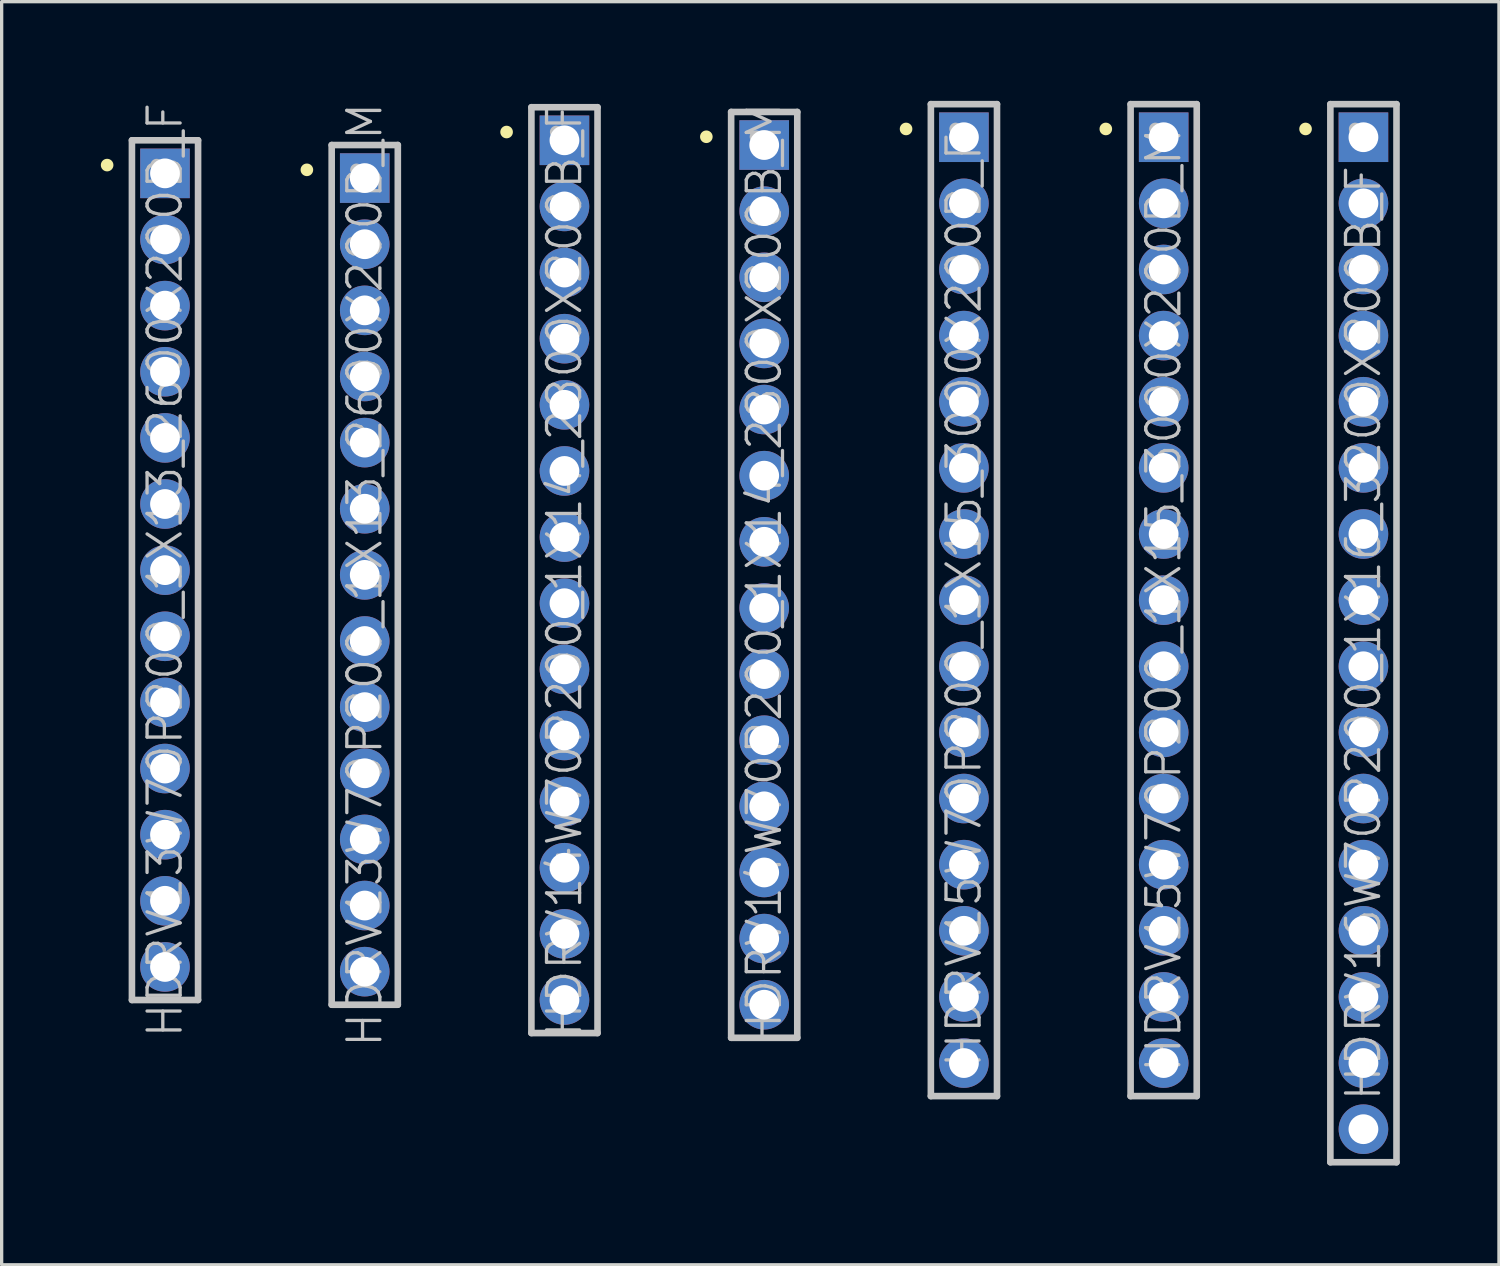
<source format=kicad_pcb>
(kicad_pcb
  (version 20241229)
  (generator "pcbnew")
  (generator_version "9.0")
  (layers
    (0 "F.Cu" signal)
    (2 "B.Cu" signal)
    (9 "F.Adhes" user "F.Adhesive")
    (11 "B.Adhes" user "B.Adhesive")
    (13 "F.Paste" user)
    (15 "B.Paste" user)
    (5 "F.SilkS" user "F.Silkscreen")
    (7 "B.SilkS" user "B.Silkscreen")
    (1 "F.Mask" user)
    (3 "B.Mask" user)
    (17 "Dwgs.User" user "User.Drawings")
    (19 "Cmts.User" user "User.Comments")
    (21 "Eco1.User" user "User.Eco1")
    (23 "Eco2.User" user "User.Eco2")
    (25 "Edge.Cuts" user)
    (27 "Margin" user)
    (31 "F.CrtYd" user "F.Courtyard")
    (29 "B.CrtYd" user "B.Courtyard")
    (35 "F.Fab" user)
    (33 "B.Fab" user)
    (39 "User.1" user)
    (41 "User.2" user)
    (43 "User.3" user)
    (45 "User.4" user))
  (footprint "HDRV16W70P200_1X16_3200X200B_F"
    (layer "F.Cu")
    (at 38.184 16.1)
    (property "Reference" "HDRV16W70P200_1X16_3200X200B_F" (at 0 0 90) (layer "Dwgs.User") (effects (font (size 1 1) (thickness 0.1))))
    (attr through_hole)
    (fp_line (start -1.75 -15.25) (end -1.75 -15.25) (stroke (width 0.381) (type solid)) (layer "F.SilkS"))
    (fp_line (start -1 -16) (end -1 16) (stroke (width 0.2) (type solid)) (layer "Dwgs.User"))
    (fp_line (start -1 -16) (end 1 -16) (stroke (width 0.2) (type solid)) (layer "Dwgs.User"))
    (fp_line (start -1 16) (end 1 16) (stroke (width 0.2) (type solid)) (layer "Dwgs.User"))
    (fp_line (start -0.25 -15.25) (end -0.25 -15.25) (stroke (width 0.381) (type solid)) (layer "Dwgs.User"))
    (fp_line (start 1 -16) (end 1 16) (stroke (width 0.2) (type solid)) (layer "Dwgs.User"))
    (pad "1" thru_hole rect (at 0 -15) (size 1.5 1.5) (drill 0.9) (layers "*.Cu" "*.Mask"))
    (pad "2" thru_hole circle (at 0 -13 270) (size 1.5 1.5) (drill 0.9) (layers "*.Cu" "*.Mask"))
    (pad "3" thru_hole circle (at 0 -11 270) (size 1.5 1.5) (drill 0.9) (layers "*.Cu" "*.Mask"))
    (pad "4" thru_hole circle (at 0 -9 270) (size 1.5 1.5) (drill 0.9) (layers "*.Cu" "*.Mask"))
    (pad "5" thru_hole circle (at 0 -7 270) (size 1.5 1.5) (drill 0.9) (layers "*.Cu" "*.Mask"))
    (pad "6" thru_hole circle (at 0 -5 270) (size 1.5 1.5) (drill 0.9) (layers "*.Cu" "*.Mask"))
    (pad "7" thru_hole circle (at 0 -3 270) (size 1.5 1.5) (drill 0.9) (layers "*.Cu" "*.Mask"))
    (pad "8" thru_hole circle (at 0 -1 270) (size 1.5 1.5) (drill 0.9) (layers "*.Cu" "*.Mask"))
    (pad "9" thru_hole circle (at 0 1 270) (size 1.5 1.5) (drill 0.9) (layers "*.Cu" "*.Mask"))
    (pad "10" thru_hole circle (at 0 3 270) (size 1.5 1.5) (drill 0.9) (layers "*.Cu" "*.Mask"))
    (pad "11" thru_hole circle (at 0 5 270) (size 1.5 1.5) (drill 0.9) (layers "*.Cu" "*.Mask"))
    (pad "12" thru_hole circle (at 0 7 270) (size 1.5 1.5) (drill 0.9) (layers "*.Cu" "*.Mask"))
    (pad "13" thru_hole circle (at 0 9 270) (size 1.5 1.5) (drill 0.9) (layers "*.Cu" "*.Mask"))
    (pad "14" thru_hole circle (at 0 11 270) (size 1.5 1.5) (drill 0.9) (layers "*.Cu" "*.Mask"))
    (pad "15" thru_hole circle (at 0 13 270) (size 1.5 1.5) (drill 0.9) (layers "*.Cu" "*.Mask"))
    (pad "16" thru_hole circle (at 0 15 270) (size 1.5 1.5) (drill 0.9) (layers "*.Cu" "*.Mask")))
  (footprint "HDRV14W70P200_1X14_2800X200B_F"
    (layer "F.Cu")
    (at 14.021 14.193)
    (property "Reference" "HDRV14W70P200_1X14_2800X200B_F" (at 0 0 90) (layer "Dwgs.User") (effects (font (size 1 1) (thickness 0.1))))
    (attr through_hole)
    (fp_line (start -1.75 -13.25) (end -1.75 -13.25) (stroke (width 0.381) (type solid)) (layer "F.SilkS"))
    (fp_line (start -1 -14) (end -1 14) (stroke (width 0.2) (type solid)) (layer "Dwgs.User"))
    (fp_line (start -1 -14) (end 1 -14) (stroke (width 0.2) (type solid)) (layer "Dwgs.User"))
    (fp_line (start -1 14) (end 1 14) (stroke (width 0.2) (type solid)) (layer "Dwgs.User"))
    (fp_line (start -0.25 -13.25) (end -0.25 -13.25) (stroke (width 0.381) (type solid)) (layer "Dwgs.User"))
    (fp_line (start 1 -14) (end 1 14) (stroke (width 0.2) (type solid)) (layer "Dwgs.User"))
    (pad "1" thru_hole rect (at 0 -13) (size 1.5 1.5) (drill 0.9) (layers "*.Cu" "*.Mask"))
    (pad "2" thru_hole circle (at 0 -11 270) (size 1.5 1.5) (drill 0.9) (layers "*.Cu" "*.Mask"))
    (pad "3" thru_hole circle (at 0 -9 270) (size 1.5 1.5) (drill 0.9) (layers "*.Cu" "*.Mask"))
    (pad "4" thru_hole circle (at 0 -7 270) (size 1.5 1.5) (drill 0.9) (layers "*.Cu" "*.Mask"))
    (pad "5" thru_hole circle (at 0 -5 270) (size 1.5 1.5) (drill 0.9) (layers "*.Cu" "*.Mask"))
    (pad "6" thru_hole circle (at 0 -3 270) (size 1.5 1.5) (drill 0.9) (layers "*.Cu" "*.Mask"))
    (pad "7" thru_hole circle (at 0 -1 270) (size 1.5 1.5) (drill 0.9) (layers "*.Cu" "*.Mask"))
    (pad "8" thru_hole circle (at 0 1 270) (size 1.5 1.5) (drill 0.9) (layers "*.Cu" "*.Mask"))
    (pad "9" thru_hole circle (at 0 3 270) (size 1.5 1.5) (drill 0.9) (layers "*.Cu" "*.Mask"))
    (pad "10" thru_hole circle (at 0 5 270) (size 1.5 1.5) (drill 0.9) (layers "*.Cu" "*.Mask"))
    (pad "11" thru_hole circle (at 0 7 270) (size 1.5 1.5) (drill 0.9) (layers "*.Cu" "*.Mask"))
    (pad "12" thru_hole circle (at 0 9 270) (size 1.5 1.5) (drill 0.9) (layers "*.Cu" "*.Mask"))
    (pad "13" thru_hole circle (at 0 11 270) (size 1.5 1.5) (drill 0.9) (layers "*.Cu" "*.Mask"))
    (pad "14" thru_hole circle (at 0 13 270) (size 1.5 1.5) (drill 0.9) (layers "*.Cu" "*.Mask")))
  (footprint "HDRV14W70P200_1X14_2800X200B_M"
    (layer "F.Cu")
    (at 20.062 14.336)
    (property "Reference" "HDRV14W70P200_1X14_2800X200B_M" (at 0 0 90) (layer "Dwgs.User") (effects (font (size 1 1) (thickness 0.1))))
    (attr through_hole)
    (fp_line (start -1.75 -13.25) (end -1.75 -13.25) (stroke (width 0.381) (type solid)) (layer "F.SilkS"))
    (fp_line (start -1 -14) (end -1 14) (stroke (width 0.2) (type solid)) (layer "Dwgs.User"))
    (fp_line (start -1 -14) (end 1 -14) (stroke (width 0.2) (type solid)) (layer "Dwgs.User"))
    (fp_line (start -1 14) (end 1 14) (stroke (width 0.2) (type solid)) (layer "Dwgs.User"))
    (fp_line (start -0.25 -13.25) (end -0.25 -13.25) (stroke (width 0.381) (type solid)) (layer "Dwgs.User"))
    (fp_line (start 1 -14) (end 1 14) (stroke (width 0.2) (type solid)) (layer "Dwgs.User"))
    (pad "1" thru_hole rect (at 0 -13) (size 1.5 1.5) (drill 0.9) (layers "*.Cu" "*.Mask"))
    (pad "2" thru_hole circle (at 0 -11 270) (size 1.5 1.5) (drill 0.9) (layers "*.Cu" "*.Mask"))
    (pad "3" thru_hole circle (at 0 -9 270) (size 1.5 1.5) (drill 0.9) (layers "*.Cu" "*.Mask"))
    (pad "4" thru_hole circle (at 0 -7 270) (size 1.5 1.5) (drill 0.9) (layers "*.Cu" "*.Mask"))
    (pad "5" thru_hole circle (at 0 -5 270) (size 1.5 1.5) (drill 0.9) (layers "*.Cu" "*.Mask"))
    (pad "6" thru_hole circle (at 0 -3 270) (size 1.5 1.5) (drill 0.9) (layers "*.Cu" "*.Mask"))
    (pad "7" thru_hole circle (at 0 -1 270) (size 1.5 1.5) (drill 0.9) (layers "*.Cu" "*.Mask"))
    (pad "8" thru_hole circle (at 0 1 270) (size 1.5 1.5) (drill 0.9) (layers "*.Cu" "*.Mask"))
    (pad "9" thru_hole circle (at 0 3 270) (size 1.5 1.5) (drill 0.9) (layers "*.Cu" "*.Mask"))
    (pad "10" thru_hole circle (at 0 5 270) (size 1.5 1.5) (drill 0.9) (layers "*.Cu" "*.Mask"))
    (pad "11" thru_hole circle (at 0 7 270) (size 1.5 1.5) (drill 0.9) (layers "*.Cu" "*.Mask"))
    (pad "12" thru_hole circle (at 0 9 270) (size 1.5 1.5) (drill 0.9) (layers "*.Cu" "*.Mask"))
    (pad "13" thru_hole circle (at 0 11 270) (size 1.5 1.5) (drill 0.9) (layers "*.Cu" "*.Mask"))
    (pad "14" thru_hole circle (at 0 13 270) (size 1.5 1.5) (drill 0.9) (layers "*.Cu" "*.Mask")))
  (footprint "HDRV15W70P200_1X15_3000X200B_F"
    (layer "F.Cu")
    (at 26.102 15.1)
    (property "Reference" "HDRV15W70P200_1X15_3000X200B_F" (at 0 0 90) (layer "Dwgs.User") (effects (font (size 1 1) (thickness 0.1))))
    (attr through_hole)
    (fp_line (start -1.75 -14.25) (end -1.75 -14.25) (stroke (width 0.381) (type solid)) (layer "F.SilkS"))
    (fp_line (start -1 -15) (end -1 15) (stroke (width 0.2) (type solid)) (layer "Dwgs.User"))
    (fp_line (start -1 -15) (end 1 -15) (stroke (width 0.2) (type solid)) (layer "Dwgs.User"))
    (fp_line (start -1 15) (end 1 15) (stroke (width 0.2) (type solid)) (layer "Dwgs.User"))
    (fp_line (start -0.25 -14.25) (end -0.25 -14.25) (stroke (width 0.381) (type solid)) (layer "Dwgs.User"))
    (fp_line (start 1 -15) (end 1 15) (stroke (width 0.2) (type solid)) (layer "Dwgs.User"))
    (pad "1" thru_hole rect (at 0 -14) (size 1.5 1.5) (drill 0.9) (layers "*.Cu" "*.Mask"))
    (pad "2" thru_hole circle (at 0 -12 270) (size 1.5 1.5) (drill 0.9) (layers "*.Cu" "*.Mask"))
    (pad "3" thru_hole circle (at 0 -10 270) (size 1.5 1.5) (drill 0.9) (layers "*.Cu" "*.Mask"))
    (pad "4" thru_hole circle (at 0 -8 270) (size 1.5 1.5) (drill 0.9) (layers "*.Cu" "*.Mask"))
    (pad "5" thru_hole circle (at 0 -6 270) (size 1.5 1.5) (drill 0.9) (layers "*.Cu" "*.Mask"))
    (pad "6" thru_hole circle (at 0 -4 270) (size 1.5 1.5) (drill 0.9) (layers "*.Cu" "*.Mask"))
    (pad "7" thru_hole circle (at 0 -2 270) (size 1.5 1.5) (drill 0.9) (layers "*.Cu" "*.Mask"))
    (pad "8" thru_hole circle (at 0 0 270) (size 1.5 1.5) (drill 0.9) (layers "*.Cu" "*.Mask"))
    (pad "9" thru_hole circle (at 0 2 270) (size 1.5 1.5) (drill 0.9) (layers "*.Cu" "*.Mask"))
    (pad "10" thru_hole circle (at 0 4 270) (size 1.5 1.5) (drill 0.9) (layers "*.Cu" "*.Mask"))
    (pad "11" thru_hole circle (at 0 6 270) (size 1.5 1.5) (drill 0.9) (layers "*.Cu" "*.Mask"))
    (pad "12" thru_hole circle (at 0 8 270) (size 1.5 1.5) (drill 0.9) (layers "*.Cu" "*.Mask"))
    (pad "13" thru_hole circle (at 0 10 270) (size 1.5 1.5) (drill 0.9) (layers "*.Cu" "*.Mask"))
    (pad "14" thru_hole circle (at 0 12 270) (size 1.5 1.5) (drill 0.9) (layers "*.Cu" "*.Mask"))
    (pad "15" thru_hole circle (at 0 14 270) (size 1.5 1.5) (drill 0.9) (layers "*.Cu" "*.Mask")))
  (footprint "HDRV13W70P200_1X13_2600X200B_F"
    (layer "F.Cu")
    (at 1.94 14.193)
    (property "Reference" "HDRV13W70P200_1X13_2600X200B_F" (at 0 0 90) (layer "Dwgs.User") (effects (font (size 1 1) (thickness 0.1))))
    (attr through_hole)
    (fp_line (start -1.75 -12.25) (end -1.75 -12.25) (stroke (width 0.381) (type solid)) (layer "F.SilkS"))
    (fp_line (start -1 -13) (end -1 13) (stroke (width 0.2) (type solid)) (layer "Dwgs.User"))
    (fp_line (start -1 -13) (end 1 -13) (stroke (width 0.2) (type solid)) (layer "Dwgs.User"))
    (fp_line (start -1 13) (end 1 13) (stroke (width 0.2) (type solid)) (layer "Dwgs.User"))
    (fp_line (start -0.25 -12.25) (end -0.25 -12.25) (stroke (width 0.381) (type solid)) (layer "Dwgs.User"))
    (fp_line (start 1 -13) (end 1 13) (stroke (width 0.2) (type solid)) (layer "Dwgs.User"))
    (pad "1" thru_hole rect (at 0 -12) (size 1.5 1.5) (drill 0.9) (layers "*.Cu" "*.Mask"))
    (pad "2" thru_hole circle (at 0 -10 270) (size 1.5 1.5) (drill 0.9) (layers "*.Cu" "*.Mask"))
    (pad "3" thru_hole circle (at 0 -8 270) (size 1.5 1.5) (drill 0.9) (layers "*.Cu" "*.Mask"))
    (pad "4" thru_hole circle (at 0 -6 270) (size 1.5 1.5) (drill 0.9) (layers "*.Cu" "*.Mask"))
    (pad "5" thru_hole circle (at 0 -4 270) (size 1.5 1.5) (drill 0.9) (layers "*.Cu" "*.Mask"))
    (pad "6" thru_hole circle (at 0 -2 270) (size 1.5 1.5) (drill 0.9) (layers "*.Cu" "*.Mask"))
    (pad "7" thru_hole circle (at 0 0 270) (size 1.5 1.5) (drill 0.9) (layers "*.Cu" "*.Mask"))
    (pad "8" thru_hole circle (at 0 2 270) (size 1.5 1.5) (drill 0.9) (layers "*.Cu" "*.Mask"))
    (pad "9" thru_hole circle (at 0 4 270) (size 1.5 1.5) (drill 0.9) (layers "*.Cu" "*.Mask"))
    (pad "10" thru_hole circle (at 0 6 270) (size 1.5 1.5) (drill 0.9) (layers "*.Cu" "*.Mask"))
    (pad "11" thru_hole circle (at 0 8 270) (size 1.5 1.5) (drill 0.9) (layers "*.Cu" "*.Mask"))
    (pad "12" thru_hole circle (at 0 10 270) (size 1.5 1.5) (drill 0.9) (layers "*.Cu" "*.Mask"))
    (pad "13" thru_hole circle (at 0 12 270) (size 1.5 1.5) (drill 0.9) (layers "*.Cu" "*.Mask")))
  (footprint "HDRV15W70P200_1X15_3000X200B_M"
    (layer "F.Cu")
    (at 32.143 15.1)
    (property "Reference" "HDRV15W70P200_1X15_3000X200B_M" (at 0 0 90) (layer "Dwgs.User") (effects (font (size 1 1) (thickness 0.1))))
    (attr through_hole)
    (fp_line (start -1.75 -14.25) (end -1.75 -14.25) (stroke (width 0.381) (type solid)) (layer "F.SilkS"))
    (fp_line (start -1 -15) (end -1 15) (stroke (width 0.2) (type solid)) (layer "Dwgs.User"))
    (fp_line (start -1 -15) (end 1 -15) (stroke (width 0.2) (type solid)) (layer "Dwgs.User"))
    (fp_line (start -1 15) (end 1 15) (stroke (width 0.2) (type solid)) (layer "Dwgs.User"))
    (fp_line (start -0.25 -14.25) (end -0.25 -14.25) (stroke (width 0.381) (type solid)) (layer "Dwgs.User"))
    (fp_line (start 1 -15) (end 1 15) (stroke (width 0.2) (type solid)) (layer "Dwgs.User"))
    (pad "1" thru_hole rect (at 0 -14) (size 1.5 1.5) (drill 0.9) (layers "*.Cu" "*.Mask"))
    (pad "2" thru_hole circle (at 0 -12 270) (size 1.5 1.5) (drill 0.9) (layers "*.Cu" "*.Mask"))
    (pad "3" thru_hole circle (at 0 -10 270) (size 1.5 1.5) (drill 0.9) (layers "*.Cu" "*.Mask"))
    (pad "4" thru_hole circle (at 0 -8 270) (size 1.5 1.5) (drill 0.9) (layers "*.Cu" "*.Mask"))
    (pad "5" thru_hole circle (at 0 -6 270) (size 1.5 1.5) (drill 0.9) (layers "*.Cu" "*.Mask"))
    (pad "6" thru_hole circle (at 0 -4 270) (size 1.5 1.5) (drill 0.9) (layers "*.Cu" "*.Mask"))
    (pad "7" thru_hole circle (at 0 -2 270) (size 1.5 1.5) (drill 0.9) (layers "*.Cu" "*.Mask"))
    (pad "8" thru_hole circle (at 0 0 270) (size 1.5 1.5) (drill 0.9) (layers "*.Cu" "*.Mask"))
    (pad "9" thru_hole circle (at 0 2 270) (size 1.5 1.5) (drill 0.9) (layers "*.Cu" "*.Mask"))
    (pad "10" thru_hole circle (at 0 4 270) (size 1.5 1.5) (drill 0.9) (layers "*.Cu" "*.Mask"))
    (pad "11" thru_hole circle (at 0 6 270) (size 1.5 1.5) (drill 0.9) (layers "*.Cu" "*.Mask"))
    (pad "12" thru_hole circle (at 0 8 270) (size 1.5 1.5) (drill 0.9) (layers "*.Cu" "*.Mask"))
    (pad "13" thru_hole circle (at 0 10 270) (size 1.5 1.5) (drill 0.9) (layers "*.Cu" "*.Mask"))
    (pad "14" thru_hole circle (at 0 12 270) (size 1.5 1.5) (drill 0.9) (layers "*.Cu" "*.Mask"))
    (pad "15" thru_hole circle (at 0 14 270) (size 1.5 1.5) (drill 0.9) (layers "*.Cu" "*.Mask")))
  (footprint "HDRV13W70P200_1X13_2600X200B_M"
    (layer "F.Cu")
    (at 7.981 14.336)
    (property "Reference" "HDRV13W70P200_1X13_2600X200B_M" (at 0 0 90) (layer "Dwgs.User") (effects (font (size 1 1) (thickness 0.1))))
    (attr through_hole)
    (fp_line (start -1.75 -12.25) (end -1.75 -12.25) (stroke (width 0.381) (type solid)) (layer "F.SilkS"))
    (fp_line (start -1 -13) (end -1 13) (stroke (width 0.2) (type solid)) (layer "Dwgs.User"))
    (fp_line (start -1 -13) (end 1 -13) (stroke (width 0.2) (type solid)) (layer "Dwgs.User"))
    (fp_line (start -1 13) (end 1 13) (stroke (width 0.2) (type solid)) (layer "Dwgs.User"))
    (fp_line (start -0.25 -12.25) (end -0.25 -12.25) (stroke (width 0.381) (type solid)) (layer "Dwgs.User"))
    (fp_line (start 1 -13) (end 1 13) (stroke (width 0.2) (type solid)) (layer "Dwgs.User"))
    (pad "1" thru_hole rect (at 0 -12) (size 1.5 1.5) (drill 0.9) (layers "*.Cu" "*.Mask"))
    (pad "2" thru_hole circle (at 0 -10 270) (size 1.5 1.5) (drill 0.9) (layers "*.Cu" "*.Mask"))
    (pad "3" thru_hole circle (at 0 -8 270) (size 1.5 1.5) (drill 0.9) (layers "*.Cu" "*.Mask"))
    (pad "4" thru_hole circle (at 0 -6 270) (size 1.5 1.5) (drill 0.9) (layers "*.Cu" "*.Mask"))
    (pad "5" thru_hole circle (at 0 -4 270) (size 1.5 1.5) (drill 0.9) (layers "*.Cu" "*.Mask"))
    (pad "6" thru_hole circle (at 0 -2 270) (size 1.5 1.5) (drill 0.9) (layers "*.Cu" "*.Mask"))
    (pad "7" thru_hole circle (at 0 0 270) (size 1.5 1.5) (drill 0.9) (layers "*.Cu" "*.Mask"))
    (pad "8" thru_hole circle (at 0 2 270) (size 1.5 1.5) (drill 0.9) (layers "*.Cu" "*.Mask"))
    (pad "9" thru_hole circle (at 0 4 270) (size 1.5 1.5) (drill 0.9) (layers "*.Cu" "*.Mask"))
    (pad "10" thru_hole circle (at 0 6 270) (size 1.5 1.5) (drill 0.9) (layers "*.Cu" "*.Mask"))
    (pad "11" thru_hole circle (at 0 8 270) (size 1.5 1.5) (drill 0.9) (layers "*.Cu" "*.Mask"))
    (pad "12" thru_hole circle (at 0 10 270) (size 1.5 1.5) (drill 0.9) (layers "*.Cu" "*.Mask"))
    (pad "13" thru_hole circle (at 0 12 270) (size 1.5 1.5) (drill 0.9) (layers "*.Cu" "*.Mask")))
  (gr_rect
    (start -3 -3)
    (end 42.283 35.2)
    (stroke (width 0.1) (type default))
    (fill no)
    (layer "Edge.Cuts")))
</source>
